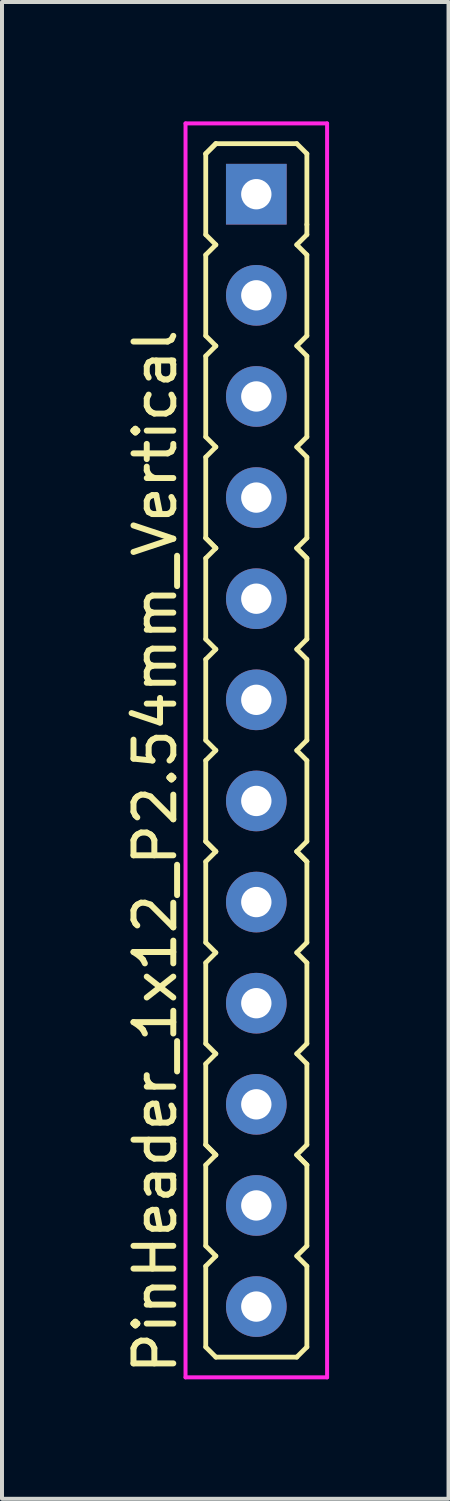
<source format=kicad_pcb>
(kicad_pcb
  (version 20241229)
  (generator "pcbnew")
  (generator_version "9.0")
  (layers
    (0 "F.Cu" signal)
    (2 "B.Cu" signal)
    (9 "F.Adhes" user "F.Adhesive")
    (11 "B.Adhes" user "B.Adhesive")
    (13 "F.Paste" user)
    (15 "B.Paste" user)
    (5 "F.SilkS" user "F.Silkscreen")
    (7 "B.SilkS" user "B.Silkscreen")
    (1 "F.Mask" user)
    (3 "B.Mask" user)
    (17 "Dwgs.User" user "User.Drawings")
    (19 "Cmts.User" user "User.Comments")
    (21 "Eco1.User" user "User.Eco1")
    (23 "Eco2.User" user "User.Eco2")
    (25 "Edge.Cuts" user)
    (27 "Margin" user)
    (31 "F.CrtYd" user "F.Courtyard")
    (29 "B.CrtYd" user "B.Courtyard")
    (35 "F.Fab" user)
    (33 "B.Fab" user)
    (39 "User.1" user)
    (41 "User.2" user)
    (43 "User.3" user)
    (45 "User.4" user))
  (footprint "PinHeader_1x12_P2.54mm_Vertical"
    (layer "F.Cu")
    (at 3.388 18.338)
    (property "Reference" "PinHeader_1x12_P2.54mm_Vertical" (at -2.54 0 90) (layer "F.SilkS") (effects (font (size 1 1) (thickness 0.15))))
    (attr through_hole)
    (fp_line (start -1.27 -17.526) (end -1.016 -17.78) (stroke (width 0.12) (type solid)) (layer "F.SilkS"))
    (fp_line (start -1.27 -17.526) (end -1.016 -17.78) (stroke (width 0.12) (type solid)) (layer "F.SilkS"))
    (fp_line (start -1.27 -15.494) (end -1.27 -17.526) (stroke (width 0.12) (type solid)) (layer "F.SilkS"))
    (fp_line (start -1.27 -14.986) (end -1.016 -15.24) (stroke (width 0.12) (type solid)) (layer "F.SilkS"))
    (fp_line (start -1.27 -12.954) (end -1.27 -14.986) (stroke (width 0.12) (type solid)) (layer "F.SilkS"))
    (fp_line (start -1.27 -12.446) (end -1.016 -12.7) (stroke (width 0.12) (type solid)) (layer "F.SilkS"))
    (fp_line (start -1.27 -10.414) (end -1.27 -12.446) (stroke (width 0.12) (type solid)) (layer "F.SilkS"))
    (fp_line (start -1.27 -9.906) (end -1.016 -10.16) (stroke (width 0.12) (type solid)) (layer "F.SilkS"))
    (fp_line (start -1.27 -7.874) (end -1.27 -9.906) (stroke (width 0.12) (type solid)) (layer "F.SilkS"))
    (fp_line (start -1.27 -7.366) (end -1.016 -7.62) (stroke (width 0.12) (type solid)) (layer "F.SilkS"))
    (fp_line (start -1.27 -5.334) (end -1.27 -7.366) (stroke (width 0.12) (type solid)) (layer "F.SilkS"))
    (fp_line (start -1.27 -4.826) (end -1.016 -5.08) (stroke (width 0.12) (type solid)) (layer "F.SilkS"))
    (fp_line (start -1.27 -2.794) (end -1.27 -4.826) (stroke (width 0.12) (type solid)) (layer "F.SilkS"))
    (fp_line (start -1.27 -2.286) (end -1.016 -2.54) (stroke (width 0.12) (type solid)) (layer "F.SilkS"))
    (fp_line (start -1.27 -0.254) (end -1.27 -2.286) (stroke (width 0.12) (type solid)) (layer "F.SilkS"))
    (fp_line (start -1.27 0.254) (end -1.016 0) (stroke (width 0.12) (type solid)) (layer "F.SilkS"))
    (fp_line (start -1.27 2.286) (end -1.27 0.254) (stroke (width 0.12) (type solid)) (layer "F.SilkS"))
    (fp_line (start -1.27 2.794) (end -1.016 2.54) (stroke (width 0.12) (type solid)) (layer "F.SilkS"))
    (fp_line (start -1.27 4.826) (end -1.27 2.794) (stroke (width 0.12) (type solid)) (layer "F.SilkS"))
    (fp_line (start -1.27 5.334) (end -1.016 5.08) (stroke (width 0.12) (type solid)) (layer "F.SilkS"))
    (fp_line (start -1.27 7.366) (end -1.27 5.334) (stroke (width 0.12) (type solid)) (layer "F.SilkS"))
    (fp_line (start -1.27 7.874) (end -1.016 7.62) (stroke (width 0.12) (type solid)) (layer "F.SilkS"))
    (fp_line (start -1.27 9.906) (end -1.27 7.874) (stroke (width 0.12) (type solid)) (layer "F.SilkS"))
    (fp_line (start -1.27 10.414) (end -1.016 10.16) (stroke (width 0.12) (type solid)) (layer "F.SilkS"))
    (fp_line (start -1.27 12.446) (end -1.27 10.414) (stroke (width 0.12) (type solid)) (layer "F.SilkS"))
    (fp_line (start -1.016 -15.24) (end -1.27 -15.494) (stroke (width 0.12) (type solid)) (layer "F.SilkS"))
    (fp_line (start -1.016 -12.7) (end -1.27 -12.954) (stroke (width 0.12) (type solid)) (layer "F.SilkS"))
    (fp_line (start -1.016 -10.16) (end -1.27 -10.414) (stroke (width 0.12) (type solid)) (layer "F.SilkS"))
    (fp_line (start -1.016 -7.62) (end -1.27 -7.874) (stroke (width 0.12) (type solid)) (layer "F.SilkS"))
    (fp_line (start -1.016 -7.62) (end -1.27 -7.874) (stroke (width 0.12) (type solid)) (layer "F.SilkS"))
    (fp_line (start -1.016 -5.08) (end -1.27 -5.334) (stroke (width 0.12) (type solid)) (layer "F.SilkS"))
    (fp_line (start -1.016 -2.54) (end -1.27 -2.794) (stroke (width 0.12) (type solid)) (layer "F.SilkS"))
    (fp_line (start -1.016 0) (end -1.27 -0.254) (stroke (width 0.12) (type solid)) (layer "F.SilkS"))
    (fp_line (start -1.016 0) (end -1.27 -0.254) (stroke (width 0.12) (type solid)) (layer "F.SilkS"))
    (fp_line (start -1.016 2.54) (end -1.27 2.286) (stroke (width 0.12) (type solid)) (layer "F.SilkS"))
    (fp_line (start -1.016 5.08) (end -1.27 4.826) (stroke (width 0.12) (type solid)) (layer "F.SilkS"))
    (fp_line (start -1.016 7.62) (end -1.27 7.366) (stroke (width 0.12) (type solid)) (layer "F.SilkS"))
    (fp_line (start -1.016 7.62) (end -1.27 7.366) (stroke (width 0.12) (type solid)) (layer "F.SilkS"))
    (fp_line (start -1.016 10.16) (end -1.27 9.906) (stroke (width 0.12) (type solid)) (layer "F.SilkS"))
    (fp_line (start -1.016 12.7) (end -1.27 12.446) (stroke (width 0.12) (type solid)) (layer "F.SilkS"))
    (fp_line (start -1.016 12.7) (end 1.016 12.7) (stroke (width 0.12) (type solid)) (layer "F.SilkS"))
    (fp_line (start 1.016 -17.78) (end -1.016 -17.78) (stroke (width 0.12) (type solid)) (layer "F.SilkS"))
    (fp_line (start 1.016 -15.24) (end 1.27 -14.986) (stroke (width 0.12) (type solid)) (layer "F.SilkS"))
    (fp_line (start 1.016 -12.7) (end 1.27 -12.446) (stroke (width 0.12) (type solid)) (layer "F.SilkS"))
    (fp_line (start 1.016 -10.16) (end 1.27 -9.906) (stroke (width 0.12) (type solid)) (layer "F.SilkS"))
    (fp_line (start 1.016 -7.62) (end 1.27 -7.366) (stroke (width 0.12) (type solid)) (layer "F.SilkS"))
    (fp_line (start 1.016 -7.62) (end 1.27 -7.366) (stroke (width 0.12) (type solid)) (layer "F.SilkS"))
    (fp_line (start 1.016 -5.08) (end 1.27 -4.826) (stroke (width 0.12) (type solid)) (layer "F.SilkS"))
    (fp_line (start 1.016 -2.54) (end 1.27 -2.286) (stroke (width 0.12) (type solid)) (layer "F.SilkS"))
    (fp_line (start 1.016 0) (end 1.27 0.254) (stroke (width 0.12) (type solid)) (layer "F.SilkS"))
    (fp_line (start 1.016 0) (end 1.27 0.254) (stroke (width 0.12) (type solid)) (layer "F.SilkS"))
    (fp_line (start 1.016 2.54) (end 1.27 2.794) (stroke (width 0.12) (type solid)) (layer "F.SilkS"))
    (fp_line (start 1.016 5.08) (end 1.27 5.334) (stroke (width 0.12) (type solid)) (layer "F.SilkS"))
    (fp_line (start 1.016 7.62) (end 1.27 7.874) (stroke (width 0.12) (type solid)) (layer "F.SilkS"))
    (fp_line (start 1.016 7.62) (end 1.27 7.874) (stroke (width 0.12) (type solid)) (layer "F.SilkS"))
    (fp_line (start 1.016 10.16) (end 1.27 10.414) (stroke (width 0.12) (type solid)) (layer "F.SilkS"))
    (fp_line (start 1.27 -17.526) (end 1.016 -17.78) (stroke (width 0.12) (type solid)) (layer "F.SilkS"))
    (fp_line (start 1.27 -17.526) (end 1.27 -15.748) (stroke (width 0.12) (type solid)) (layer "F.SilkS"))
    (fp_line (start 1.27 -15.748) (end 1.27 -15.494) (stroke (width 0.12) (type solid)) (layer "F.SilkS"))
    (fp_line (start 1.27 -15.494) (end 1.016 -15.24) (stroke (width 0.12) (type solid)) (layer "F.SilkS"))
    (fp_line (start 1.27 -14.986) (end 1.27 -12.954) (stroke (width 0.12) (type solid)) (layer "F.SilkS"))
    (fp_line (start 1.27 -12.954) (end 1.016 -12.7) (stroke (width 0.12) (type solid)) (layer "F.SilkS"))
    (fp_line (start 1.27 -12.446) (end 1.27 -10.414) (stroke (width 0.12) (type solid)) (layer "F.SilkS"))
    (fp_line (start 1.27 -10.414) (end 1.016 -10.16) (stroke (width 0.12) (type solid)) (layer "F.SilkS"))
    (fp_line (start 1.27 -9.906) (end 1.27 -7.874) (stroke (width 0.12) (type solid)) (layer "F.SilkS"))
    (fp_line (start 1.27 -7.874) (end 1.016 -7.62) (stroke (width 0.12) (type solid)) (layer "F.SilkS"))
    (fp_line (start 1.27 -7.366) (end 1.27 -5.334) (stroke (width 0.12) (type solid)) (layer "F.SilkS"))
    (fp_line (start 1.27 -5.334) (end 1.016 -5.08) (stroke (width 0.12) (type solid)) (layer "F.SilkS"))
    (fp_line (start 1.27 -4.826) (end 1.27 -2.794) (stroke (width 0.12) (type solid)) (layer "F.SilkS"))
    (fp_line (start 1.27 -2.794) (end 1.016 -2.54) (stroke (width 0.12) (type solid)) (layer "F.SilkS"))
    (fp_line (start 1.27 -2.286) (end 1.27 -0.254) (stroke (width 0.12) (type solid)) (layer "F.SilkS"))
    (fp_line (start 1.27 -0.254) (end 1.016 0) (stroke (width 0.12) (type solid)) (layer "F.SilkS"))
    (fp_line (start 1.27 0.254) (end 1.27 2.286) (stroke (width 0.12) (type solid)) (layer "F.SilkS"))
    (fp_line (start 1.27 2.286) (end 1.016 2.54) (stroke (width 0.12) (type solid)) (layer "F.SilkS"))
    (fp_line (start 1.27 2.794) (end 1.27 4.826) (stroke (width 0.12) (type solid)) (layer "F.SilkS"))
    (fp_line (start 1.27 4.826) (end 1.016 5.08) (stroke (width 0.12) (type solid)) (layer "F.SilkS"))
    (fp_line (start 1.27 5.334) (end 1.27 7.366) (stroke (width 0.12) (type solid)) (layer "F.SilkS"))
    (fp_line (start 1.27 7.366) (end 1.016 7.62) (stroke (width 0.12) (type solid)) (layer "F.SilkS"))
    (fp_line (start 1.27 7.874) (end 1.27 9.906) (stroke (width 0.12) (type solid)) (layer "F.SilkS"))
    (fp_line (start 1.27 9.906) (end 1.016 10.16) (stroke (width 0.12) (type solid)) (layer "F.SilkS"))
    (fp_line (start 1.27 10.414) (end 1.27 12.446) (stroke (width 0.12) (type solid)) (layer "F.SilkS"))
    (fp_line (start 1.27 12.446) (end 1.016 12.7) (stroke (width 0.12) (type solid)) (layer "F.SilkS"))
    (fp_line (start -1.778 13.208) (end -1.778 -18.288) (stroke (width 0.1) (type solid)) (layer "F.CrtYd"))
    (fp_line (start -1.778 13.208) (end 1.778 13.208) (stroke (width 0.1) (type solid)) (layer "F.CrtYd"))
    (fp_line (start 1.778 -18.288) (end -1.778 -18.288) (stroke (width 0.1) (type solid)) (layer "F.CrtYd"))
    (fp_line (start 1.778 -18.288) (end 1.778 13.208) (stroke (width 0.1) (type solid)) (layer "F.CrtYd"))
    (pad "1" thru_hole rect (at 0 -16.51) (size 1.524 1.524) (drill 0.762) (layers "*.Cu" "*.Mask"))
    (pad "2" thru_hole oval (at 0 -13.97) (size 1.524 1.524) (drill 0.762) (layers "*.Cu" "*.Mask"))
    (pad "3" thru_hole oval (at 0 -11.43) (size 1.524 1.524) (drill 0.762) (layers "*.Cu" "*.Mask"))
    (pad "4" thru_hole oval (at 0 -8.89) (size 1.524 1.524) (drill 0.762) (layers "*.Cu" "*.Mask"))
    (pad "5" thru_hole oval (at 0 -6.35) (size 1.524 1.524) (drill 0.762) (layers "*.Cu" "*.Mask"))
    (pad "6" thru_hole oval (at 0 -3.81) (size 1.524 1.524) (drill 0.762) (layers "*.Cu" "*.Mask"))
    (pad "7" thru_hole oval (at 0 -1.27) (size 1.524 1.524) (drill 0.762) (layers "*.Cu" "*.Mask"))
    (pad "8" thru_hole oval (at 0 1.27) (size 1.524 1.524) (drill 0.762) (layers "*.Cu" "*.Mask"))
    (pad "9" thru_hole oval (at 0 3.81) (size 1.524 1.524) (drill 0.762) (layers "*.Cu" "*.Mask"))
    (pad "10" thru_hole oval (at 0 6.35) (size 1.524 1.524) (drill 0.762) (layers "*.Cu" "*.Mask"))
    (pad "11" thru_hole oval (at 0 8.89) (size 1.524 1.524) (drill 0.762) (layers "*.Cu" "*.Mask"))
    (pad "12" thru_hole oval (at 0 11.43) (size 1.524 1.524) (drill 0.762) (layers "*.Cu" "*.Mask")))
  (gr_rect
    (start -3 -3)
    (end 8.216 34.596)
    (stroke (width 0.1) (type default))
    (fill no)
    (layer "Edge.Cuts")))
</source>
